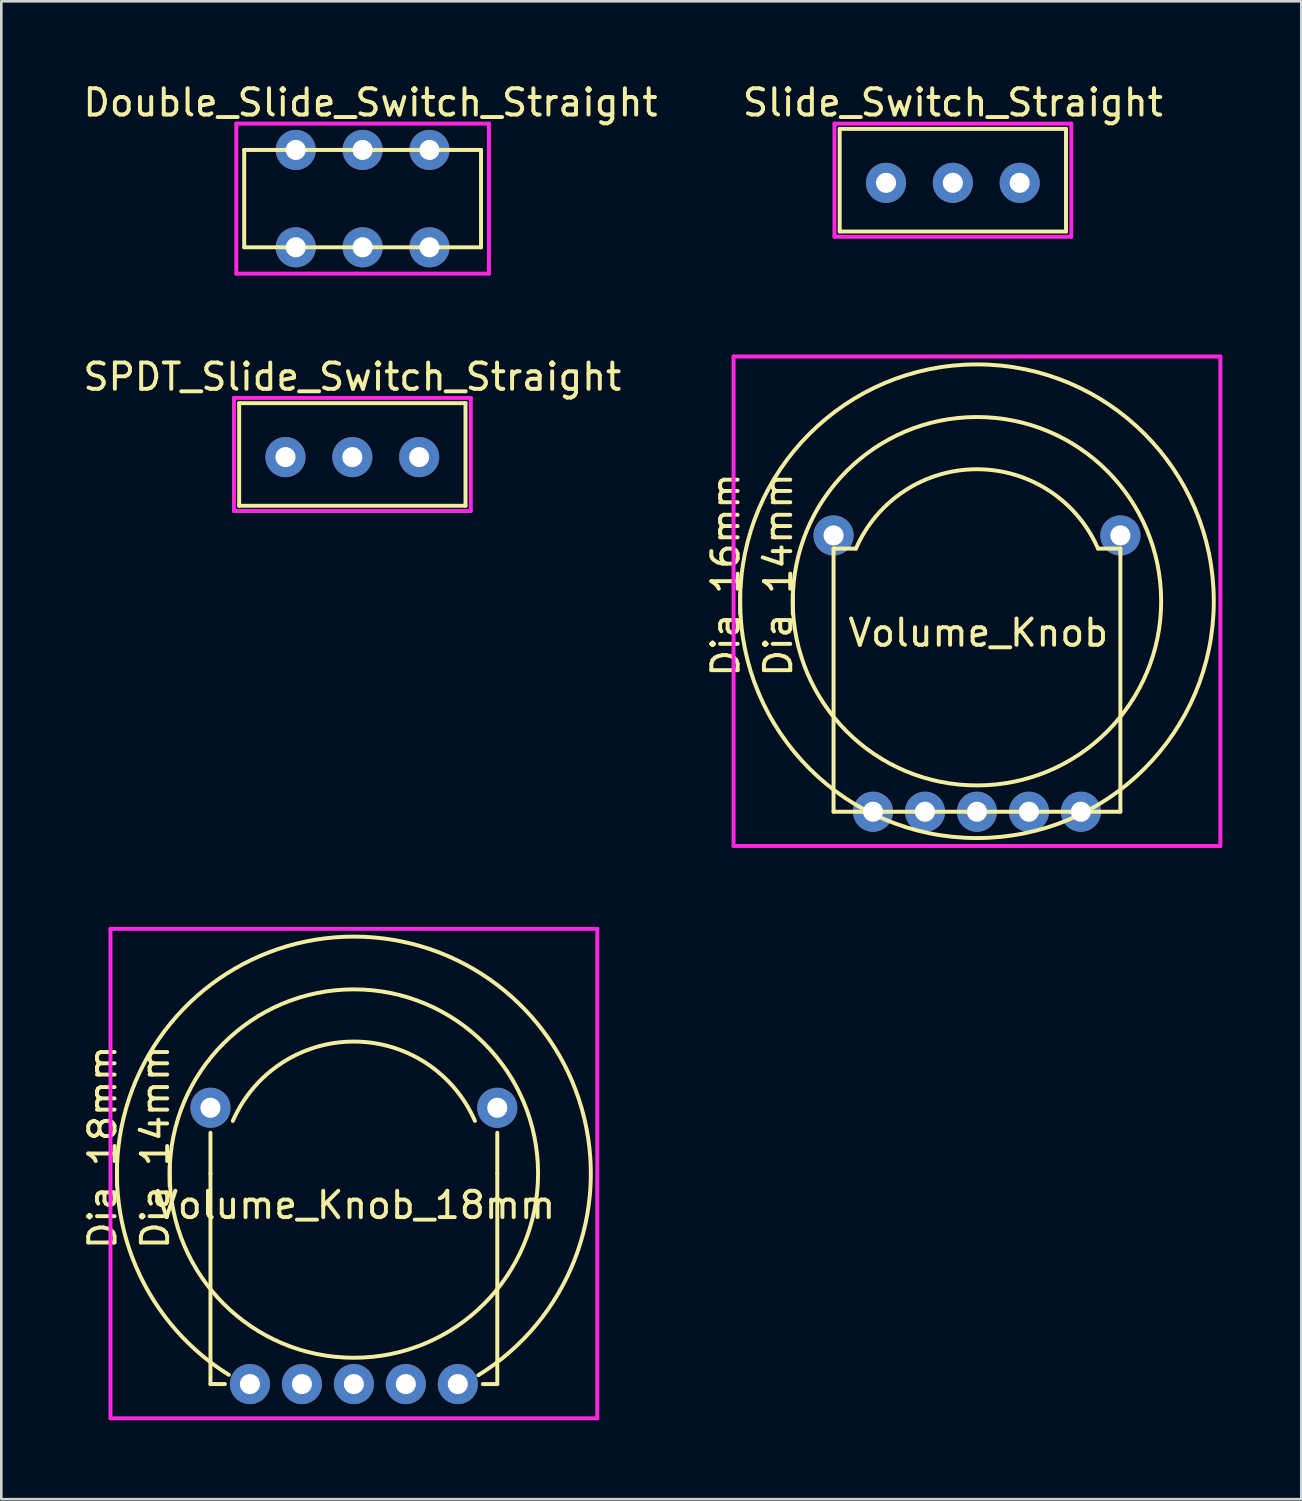
<source format=kicad_pcb>
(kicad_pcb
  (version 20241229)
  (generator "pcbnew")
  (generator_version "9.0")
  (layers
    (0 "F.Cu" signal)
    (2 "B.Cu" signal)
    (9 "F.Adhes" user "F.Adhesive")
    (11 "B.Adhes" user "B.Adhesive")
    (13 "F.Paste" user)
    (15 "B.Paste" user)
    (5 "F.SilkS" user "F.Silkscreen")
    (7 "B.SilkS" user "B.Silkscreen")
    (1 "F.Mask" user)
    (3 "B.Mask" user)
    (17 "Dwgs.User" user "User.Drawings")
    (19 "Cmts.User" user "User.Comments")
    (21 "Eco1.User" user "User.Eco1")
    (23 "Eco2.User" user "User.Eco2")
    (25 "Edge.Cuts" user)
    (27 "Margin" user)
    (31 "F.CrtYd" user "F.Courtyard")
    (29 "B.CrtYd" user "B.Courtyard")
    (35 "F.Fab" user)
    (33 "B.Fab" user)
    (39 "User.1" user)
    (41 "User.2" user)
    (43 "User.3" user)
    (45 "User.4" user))
  (footprint "Double_Slide_Switch_Straight"
    (layer "F.Cu")
    (at 6.23 6.348)
    (property "Reference" "Double_Slide_Switch_Straight" (at 4.8 -5.5 0) (layer "F.SilkS") (effects (font (size 1 1) (thickness 0.15))))
    (attr through_hole)
    (fp_line (start 0 -3.7) (end 0 0) (stroke (width 0.15) (type solid)) (layer "F.SilkS"))
    (fp_line (start 0 0) (end 9 0) (stroke (width 0.15) (type solid)) (layer "F.SilkS"))
    (fp_line (start 9 -3.7) (end 0 -3.7) (stroke (width 0.15) (type solid)) (layer "F.SilkS"))
    (fp_line (start 9 0) (end 9 -3.7) (stroke (width 0.15) (type solid)) (layer "F.SilkS"))
    (fp_line (start -0.3 -4.7) (end -0.3 1) (stroke (width 0.15) (type solid)) (layer "F.CrtYd"))
    (fp_line (start -0.3 1) (end 9.3 1) (stroke (width 0.15) (type solid)) (layer "F.CrtYd"))
    (fp_line (start 9.3 -4.7) (end -0.3 -4.7) (stroke (width 0.15) (type solid)) (layer "F.CrtYd"))
    (fp_line (start 9.3 1) (end 9.3 -4.7) (stroke (width 0.15) (type solid)) (layer "F.CrtYd"))
    (pad "1" thru_hole circle (at 1.96 -3.7) (size 1.524 1.524) (drill 0.762) (layers "*.Cu" "*.Mask"))
    (pad "2" thru_hole circle (at 4.5 -3.7) (size 1.524 1.524) (drill 0.762) (layers "*.Cu" "*.Mask"))
    (pad "3" thru_hole circle (at 7.04 -3.7) (size 1.524 1.524) (drill 0.762) (layers "*.Cu" "*.Mask"))
    (pad "4" thru_hole circle (at 1.96 0) (size 1.524 1.524) (drill 0.762) (layers "*.Cu" "*.Mask"))
    (pad "5" thru_hole circle (at 4.5 0) (size 1.524 1.524) (drill 0.762) (layers "*.Cu" "*.Mask"))
    (pad "6" thru_hole circle (at 7.04 0) (size 1.524 1.524) (drill 0.762) (layers "*.Cu" "*.Mask")))
  (footprint "SPDT_Slide_Switch_Straight"
    (layer "F.Cu")
    (at 10.348 14.339)
    (property "Reference" "SPDT_Slide_Switch_Straight" (at -0.009 -3.068 0) (layer "F.SilkS") (effects (font (size 1 1) (thickness 0.15))))
    (attr through_hole)
    (fp_line (start -4.309 -2.068) (end 4.292 -2.068) (stroke (width 0.15) (type solid)) (layer "F.SilkS"))
    (fp_line (start -4.309 1.832) (end -4.309 -2.068) (stroke (width 0.15) (type solid)) (layer "F.SilkS"))
    (fp_line (start -4.309 1.832) (end 4.292 1.832) (stroke (width 0.15) (type solid)) (layer "F.SilkS"))
    (fp_line (start 4.292 1.832) (end 4.292 -2.068) (stroke (width 0.15) (type solid)) (layer "F.SilkS"))
    (fp_line (start -4.508 -2.268) (end -4.508 2.032) (stroke (width 0.15) (type solid)) (layer "F.CrtYd"))
    (fp_line (start -4.508 2.032) (end 4.492 2.032) (stroke (width 0.15) (type solid)) (layer "F.CrtYd"))
    (fp_line (start 4.492 -2.268) (end -4.508 -2.268) (stroke (width 0.15) (type solid)) (layer "F.CrtYd"))
    (fp_line (start 4.492 2.032) (end 4.492 -2.268) (stroke (width 0.15) (type solid)) (layer "F.CrtYd"))
    (pad "1" thru_hole circle (at -2.549 -0.018) (size 1.524 1.524) (drill 0.762) (layers "*.Cu" "*.Mask"))
    (pad "2" thru_hole circle (at -0.009 -0.018) (size 1.524 1.524) (drill 0.762) (layers "*.Cu" "*.Mask"))
    (pad "3" thru_hole circle (at 2.531 -0.018) (size 1.524 1.524) (drill 0.762) (layers "*.Cu" "*.Mask")))
  (footprint "Slide_Switch_Straight"
    (layer "F.Cu")
    (at 28.661 5.948)
    (property "Reference" "Slide_Switch_Straight" (at 4.5 -5.1 0) (layer "F.SilkS") (effects (font (size 1 1) (thickness 0.15))))
    (attr through_hole)
    (fp_line (start 0.2 -4.1) (end 8.8 -4.1) (stroke (width 0.15) (type solid)) (layer "F.SilkS"))
    (fp_line (start 0.2 -0.2) (end 0.2 -4.1) (stroke (width 0.15) (type solid)) (layer "F.SilkS"))
    (fp_line (start 0.2 -0.2) (end 8.8 -0.2) (stroke (width 0.15) (type solid)) (layer "F.SilkS"))
    (fp_line (start 8.8 -0.2) (end 8.8 -4.1) (stroke (width 0.15) (type solid)) (layer "F.SilkS"))
    (fp_line (start 0 -4.3) (end 0 0) (stroke (width 0.15) (type solid)) (layer "F.CrtYd"))
    (fp_line (start 0 0) (end 9 0) (stroke (width 0.15) (type solid)) (layer "F.CrtYd"))
    (fp_line (start 9 -4.3) (end 0 -4.3) (stroke (width 0.15) (type solid)) (layer "F.CrtYd"))
    (fp_line (start 9 0) (end 9 -4.3) (stroke (width 0.15) (type solid)) (layer "F.CrtYd"))
    (pad "1" thru_hole circle (at 1.96 -2.05) (size 1.524 1.524) (drill 0.762) (layers "*.Cu" "*.Mask"))
    (pad "2" thru_hole circle (at 4.5 -2.05) (size 1.524 1.524) (drill 0.762) (layers "*.Cu" "*.Mask"))
    (pad "3" thru_hole circle (at 7.04 -2.05) (size 1.524 1.524) (drill 0.762) (layers "*.Cu" "*.Mask")))
  (footprint "Volume_Knob_18mm"
    (layer "F.Cu")
    (at 4.948 49.548)
    (property "Reference" "Volume_Knob_18mm" (at 5.5 -6.8 0) (layer "F.SilkS") (effects (font (size 1 1) (thickness 0.15))))
    (attr through_hole)
    (fp_line (start 0 -9.55) (end 0 -8) (stroke (width 0.15) (type solid)) (layer "F.SilkS"))
    (fp_line (start 0 -8) (end 0 0) (stroke (width 0.15) (type solid)) (layer "F.SilkS"))
    (fp_line (start 0 0) (end 0.55 0) (stroke (width 0.15) (type solid)) (layer "F.SilkS"))
    (fp_line (start 10.9 -8) (end 10.9 -9.55) (stroke (width 0.15) (type solid)) (layer "F.SilkS"))
    (fp_line (start 10.9 -8) (end 10.9 0) (stroke (width 0.15) (type solid)) (layer "F.SilkS"))
    (fp_line (start 10.9 0) (end 10.35 0) (stroke (width 0.15) (type solid)) (layer "F.SilkS"))
    (fp_arc (start 0.7 -0.35) (mid 5.463637 -17.004711) (end 10.176808 -0.335649) (stroke (width 0.15) (type solid)) (layer "F.SilkS"))
    (fp_arc (start 0.85 -10) (mid 5.449875 -13.015974) (end 10.0499 -10.00023) (stroke (width 0.15) (type solid)) (layer "F.SilkS"))
    (fp_circle (center 5.45 -8) (end 12.45 -8) (stroke (width 0.15) (type solid)) (fill no) (layer "F.SilkS"))
    (fp_line (start -3.8 -17.3) (end -3.8 1.3) (stroke (width 0.15) (type solid)) (layer "F.CrtYd"))
    (fp_line (start -3.8 1.3) (end 14.7 1.3) (stroke (width 0.15) (type solid)) (layer "F.CrtYd"))
    (fp_line (start 14.7 -17.3) (end -3.8 -17.3) (stroke (width 0.15) (type solid)) (layer "F.CrtYd"))
    (fp_line (start 14.7 1.3) (end 14.7 -17.3) (stroke (width 0.15) (type solid)) (layer "F.CrtYd"))
    (fp_text user "Dia_14mm" (at -2.1 -9 90) (layer "F.SilkS") (effects (font (size 1 1) (thickness 0.15))))
    (fp_text user "Dia_18mm" (at -4.1 -9 90) (layer "F.SilkS") (effects (font (size 1 1) (thickness 0.15))))
    (pad "" thru_hole circle (at 0 -10.5) (size 1.524 1.524) (drill 0.762) (layers "*.Cu" "*.Mask"))
    (pad "" thru_hole circle (at 10.9 -10.5) (size 1.524 1.524) (drill 0.762) (layers "*.Cu" "*.Mask"))
    (pad "1" thru_hole circle (at 1.5 0) (size 1.524 1.524) (drill 0.762) (layers "*.Cu" "*.Mask"))
    (pad "2" thru_hole circle (at 3.475 0) (size 1.524 1.524) (drill 0.762) (layers "*.Cu" "*.Mask"))
    (pad "3" thru_hole circle (at 5.45 0) (size 1.524 1.524) (drill 0.762) (layers "*.Cu" "*.Mask"))
    (pad "4" thru_hole circle (at 7.425 0) (size 1.524 1.524) (drill 0.762) (layers "*.Cu" "*.Mask"))
    (pad "5" thru_hole circle (at 9.4 0) (size 1.524 1.524) (drill 0.762) (layers "*.Cu" "*.Mask")))
  (footprint "Volume_Knob"
    (layer "F.Cu")
    (at 28.627 27.798)
    (property "Reference" "Volume_Knob" (at 5.5 -6.8 0) (layer "F.SilkS") (effects (font (size 1 1) (thickness 0.15))))
    (attr through_hole)
    (fp_line (start 0 -10) (end 0 0) (stroke (width 0.15) (type solid)) (layer "F.SilkS"))
    (fp_line (start 0 -10) (end 0.85 -10) (stroke (width 0.15) (type solid)) (layer "F.SilkS"))
    (fp_line (start 0 0) (end 10.9 0) (stroke (width 0.15) (type solid)) (layer "F.SilkS"))
    (fp_line (start 10.05 -10) (end 10.9 -10) (stroke (width 0.15) (type solid)) (layer "F.SilkS"))
    (fp_line (start 10.9 0) (end 10.9 -10) (stroke (width 0.15) (type solid)) (layer "F.SilkS"))
    (fp_arc (start 0.85 -10) (mid 5.449875 -13.015974) (end 10.0499 -10.00023) (stroke (width 0.15) (type solid)) (layer "F.SilkS"))
    (fp_circle (center 5.45 -8) (end 12.45 -8) (stroke (width 0.15) (type solid)) (fill no) (layer "F.SilkS"))
    (fp_circle (center 5.45 -8) (end 14.45 -8) (stroke (width 0.15) (type solid)) (fill no) (layer "F.SilkS"))
    (fp_line (start -3.8 -17.3) (end -3.8 1.3) (stroke (width 0.15) (type solid)) (layer "F.CrtYd"))
    (fp_line (start -3.8 1.3) (end 14.7 1.3) (stroke (width 0.15) (type solid)) (layer "F.CrtYd"))
    (fp_line (start 14.7 -17.3) (end -3.8 -17.3) (stroke (width 0.15) (type solid)) (layer "F.CrtYd"))
    (fp_line (start 14.7 1.3) (end 14.7 -17.3) (stroke (width 0.15) (type solid)) (layer "F.CrtYd"))
    (fp_text user "Dia_16mm" (at -4.1 -9 90) (layer "F.SilkS") (effects (font (size 1 1) (thickness 0.15))))
    (fp_text user "Dia_14mm" (at -2.1 -9 90) (layer "F.SilkS") (effects (font (size 1 1) (thickness 0.15))))
    (pad "" thru_hole circle (at 0 -10.5) (size 1.524 1.524) (drill 0.762) (layers "*.Cu" "*.Mask"))
    (pad "" thru_hole circle (at 10.9 -10.5) (size 1.524 1.524) (drill 0.762) (layers "*.Cu" "*.Mask"))
    (pad "1" thru_hole circle (at 1.5 0) (size 1.524 1.524) (drill 0.762) (layers "*.Cu" "*.Mask"))
    (pad "2" thru_hole circle (at 3.475 0) (size 1.524 1.524) (drill 0.762) (layers "*.Cu" "*.Mask"))
    (pad "3" thru_hole circle (at 5.45 0) (size 1.524 1.524) (drill 0.762) (layers "*.Cu" "*.Mask"))
    (pad "4" thru_hole circle (at 7.425 0) (size 1.524 1.524) (drill 0.762) (layers "*.Cu" "*.Mask"))
    (pad "5" thru_hole circle (at 9.4 0) (size 1.524 1.524) (drill 0.762) (layers "*.Cu" "*.Mask")))
  (gr_rect
    (start -3 -3)
    (end 46.402 53.923)
    (stroke (width 0.1) (type default))
    (fill no)
    (layer "Edge.Cuts")))
</source>
